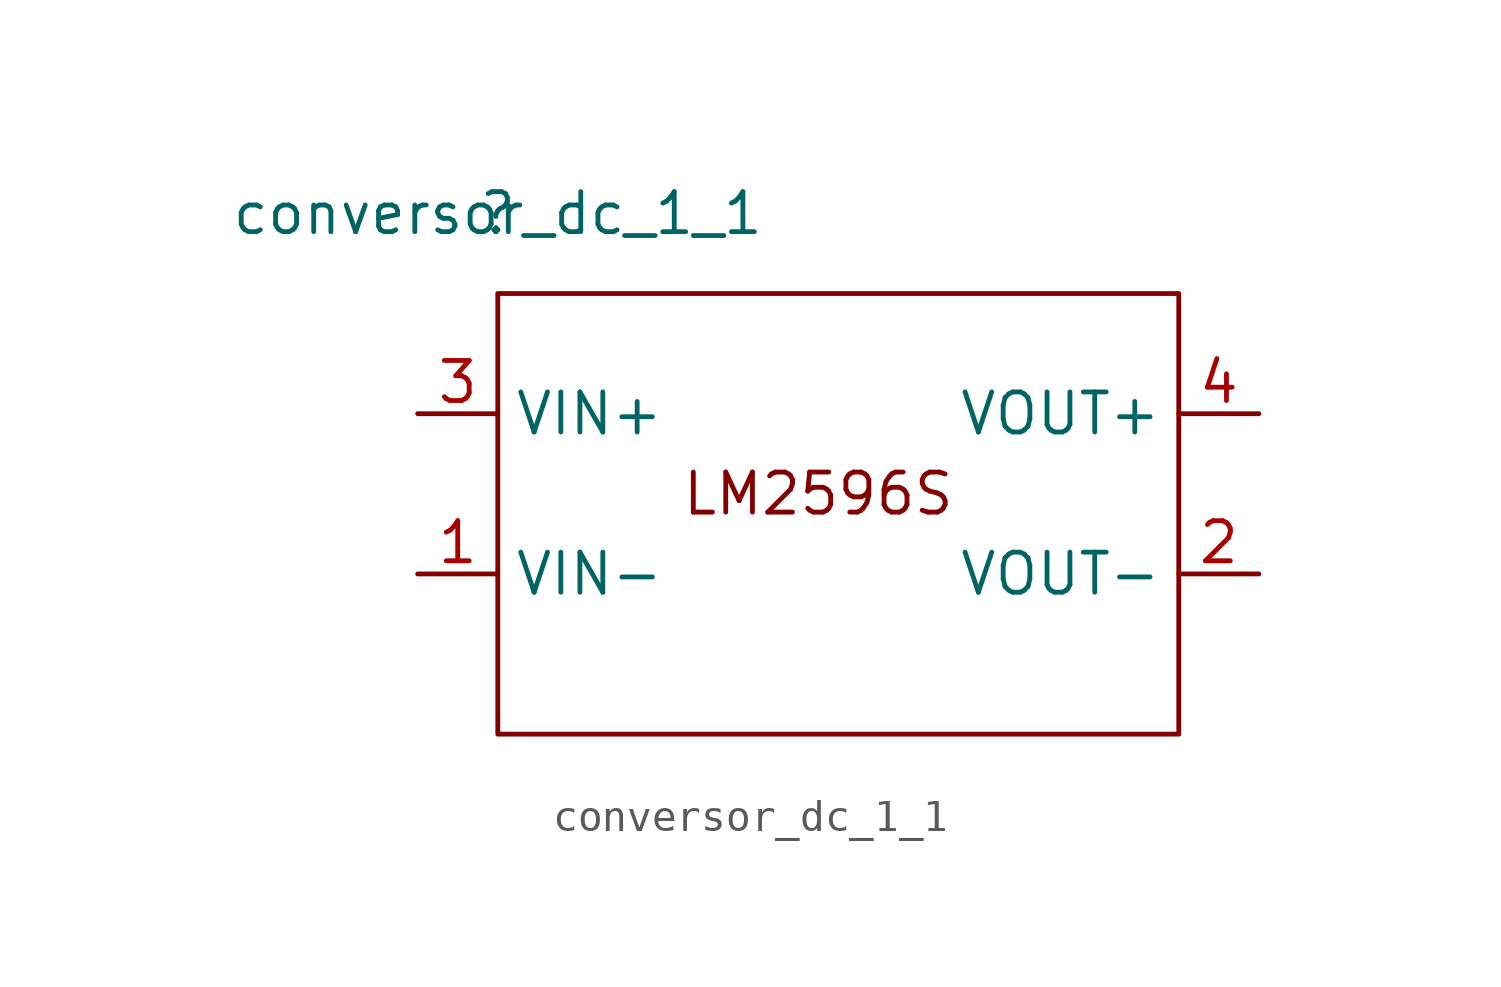
<source format=kicad_sym>
(kicad_symbol_lib
  (version 20211014)
  (generator kicad_symbol_editor)
  (symbol "conversor_dc_1_1"
    (property "Reference" ""
      (at 0 0 0)
      (effects (font (size 1.27 1.27))))
    (property "Value" "conversor_dc_1_1"
      (at 0 0 0)
      (effects (font (size 1.27 1.27))))
    (symbol "conversor_dc_1_1_0_0"
      (text "LM2596S" (at 10.16 -8.89 0) (effects (font (size 1.27 1.27)))))
    (symbol "conversor_dc_1_1_0_1"
      (rectangle (start 0 -2.54) (end 21.59 -16.51) (stroke (width 0) (type default) (color 0 0 0 0)) (fill (type none))))
    (symbol "conversor_dc_1_1_1_1"
      (pin power_in line (at -2.54 -11.43 0) (length 2.54) (name "VIN-" (effects (font (size 1.27 1.27)))) (number "1" (effects (font (size 1.27 1.27)))))
      (pin power_out line (at 24.13 -11.43 180) (length 2.54) (name "VOUT-" (effects (font (size 1.27 1.27)))) (number "2" (effects (font (size 1.27 1.27)))))
      (pin power_in line (at -2.54 -6.35 0) (length 2.54) (name "VIN+" (effects (font (size 1.27 1.27)))) (number "3" (effects (font (size 1.27 1.27)))))
      (pin power_out line (at 24.13 -6.35 180) (length 2.54) (name "VOUT+" (effects (font (size 1.27 1.27)))) (number "4" (effects (font (size 1.27 1.27))))))))
</source>
